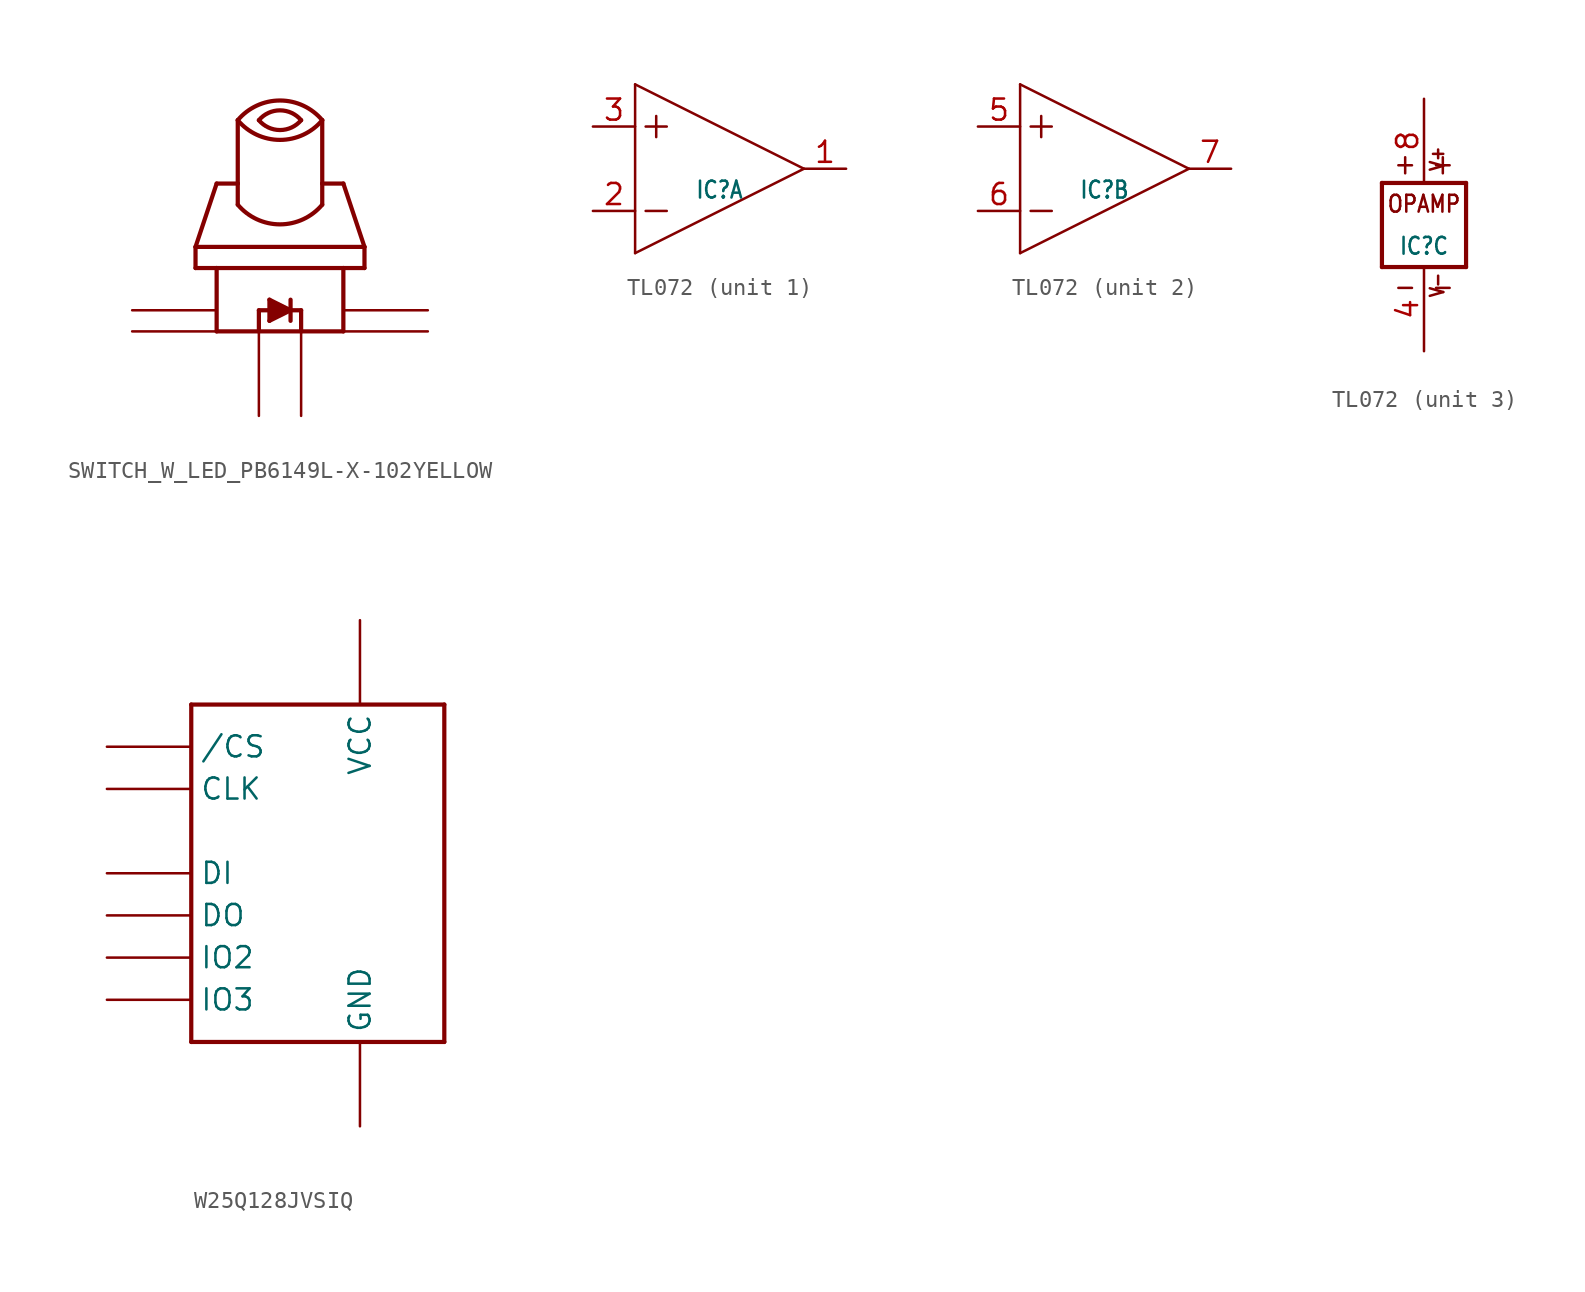
<source format=kicad_sym>
(kicad_symbol_lib
  (version 20211014)
  (generator kicad_symbol_editor)
  (symbol "SWITCH_W_LED_PB6149L-X-102YELLOW"
    (property "Reference" "S"
      (at 0 0 0)
      (effects (font (size 1.27 1.27)) hide))
    (property "ki_locked" ""
      (at 0 0 0)
      (effects (font (size 1.27 1.27))))
    (symbol "SWITCH_W_LED_PB6149L-X-102YELLOW_1_0"
      (arc (start -2.54 -2.54) (mid 0 -3.7244) (end 2.54 -2.54) (stroke (width 0.254) (type default) (color 0 0 0 0)) (fill (type none)))
      (arc (start -2.54 2.54) (mid 0 1.3556) (end 2.54 2.54) (stroke (width 0.254) (type default) (color 0 0 0 0)) (fill (type none)))
      (arc (start -1.27 2.54) (mid 0 1.9478) (end 1.27 2.54) (stroke (width 0.254) (type default) (color 0 0 0 0)) (fill (type none)))
      (polyline (pts (xy -5.08 -6.35) (xy -3.81 -6.35)) (stroke (width 0.254) (type default) (color 0 0 0 0)) (fill (type none)))
      (polyline (pts (xy -5.08 -5.08) (xy -5.08 -6.35)) (stroke (width 0.254) (type default) (color 0 0 0 0)) (fill (type none)))
      (polyline (pts (xy -5.08 -5.08) (xy 5.08 -5.08)) (stroke (width 0.254) (type default) (color 0 0 0 0)) (fill (type none)))
      (polyline (pts (xy -3.81 -10.16) (xy -1.27 -10.16)) (stroke (width 0.254) (type default) (color 0 0 0 0)) (fill (type none)))
      (polyline (pts (xy -3.81 -6.35) (xy -3.81 -10.16)) (stroke (width 0.254) (type default) (color 0 0 0 0)) (fill (type none)))
      (polyline (pts (xy -3.81 -6.35) (xy 3.81 -6.35)) (stroke (width 0.254) (type default) (color 0 0 0 0)) (fill (type none)))
      (polyline (pts (xy -3.81 -1.27) (xy -5.08 -5.08)) (stroke (width 0.254) (type default) (color 0 0 0 0)) (fill (type none)))
      (polyline (pts (xy -2.54 -1.27) (xy -3.81 -1.27)) (stroke (width 0.254) (type default) (color 0 0 0 0)) (fill (type none)))
      (polyline (pts (xy -2.54 -1.27) (xy -2.54 -2.54)) (stroke (width 0.254) (type default) (color 0 0 0 0)) (fill (type none)))
      (polyline (pts (xy -2.54 2.54) (xy -2.54 -1.27)) (stroke (width 0.254) (type default) (color 0 0 0 0)) (fill (type none)))
      (polyline (pts (xy -1.27 -10.16) (xy -1.27 -8.89)) (stroke (width 0.254) (type default) (color 0 0 0 0)) (fill (type none)))
      (polyline (pts (xy -1.27 -10.16) (xy 1.27 -10.16)) (stroke (width 0.254) (type default) (color 0 0 0 0)) (fill (type none)))
      (polyline (pts (xy -1.27 -8.89) (xy 0.635 -8.89)) (stroke (width 0.254) (type default) (color 0 0 0 0)) (fill (type none)))
      (polyline (pts (xy -0.635 -9.525) (xy 0.635 -8.89)) (stroke (width 0.254) (type default) (color 0 0 0 0)) (fill (type none)))
      (polyline (pts (xy -0.635 -8.255) (xy -0.635 -9.525)) (stroke (width 0.254) (type default) (color 0 0 0 0)) (fill (type none)))
      (polyline (pts (xy 0.635 -8.89) (xy -0.635 -8.255)) (stroke (width 0.254) (type default) (color 0 0 0 0)) (fill (type none)))
      (polyline (pts (xy 0.635 -8.89) (xy 0.635 -9.525)) (stroke (width 0.254) (type default) (color 0 0 0 0)) (fill (type none)))
      (polyline (pts (xy 0.635 -8.89) (xy 1.27 -8.89)) (stroke (width 0.254) (type default) (color 0 0 0 0)) (fill (type none)))
      (polyline (pts (xy 0.635 -8.255) (xy 0.635 -8.89)) (stroke (width 0.254) (type default) (color 0 0 0 0)) (fill (type none)))
      (polyline (pts (xy 1.27 -10.16) (xy 3.81 -10.16)) (stroke (width 0.254) (type default) (color 0 0 0 0)) (fill (type none)))
      (polyline (pts (xy 1.27 -8.89) (xy 1.27 -10.16)) (stroke (width 0.254) (type default) (color 0 0 0 0)) (fill (type none)))
      (polyline (pts (xy 2.54 -1.27) (xy 2.54 -2.54)) (stroke (width 0.254) (type default) (color 0 0 0 0)) (fill (type none)))
      (polyline (pts (xy 2.54 2.54) (xy 2.54 -1.27)) (stroke (width 0.254) (type default) (color 0 0 0 0)) (fill (type none)))
      (polyline (pts (xy 3.81 -10.16) (xy 3.81 -6.35)) (stroke (width 0.254) (type default) (color 0 0 0 0)) (fill (type none)))
      (polyline (pts (xy 3.81 -6.35) (xy 5.08 -6.35)) (stroke (width 0.254) (type default) (color 0 0 0 0)) (fill (type none)))
      (polyline (pts (xy 3.81 -1.27) (xy 2.54 -1.27)) (stroke (width 0.254) (type default) (color 0 0 0 0)) (fill (type none)))
      (polyline (pts (xy 5.08 -6.35) (xy 5.08 -5.08)) (stroke (width 0.254) (type default) (color 0 0 0 0)) (fill (type none)))
      (polyline (pts (xy 5.08 -5.08) (xy 3.81 -1.27)) (stroke (width 0.254) (type default) (color 0 0 0 0)) (fill (type none)))
      (polyline (pts (xy -0.635 -8.255) (xy 0.635 -8.89) (xy -0.635 -9.525)) (stroke (width 0) (type default) (color 0 0 0 0)) (fill (type outline)))
      (arc (start 1.27 2.54) (mid 0 3.1322) (end -1.27 2.54) (stroke (width 0.254) (type default) (color 0 0 0 0)) (fill (type none)))
      (arc (start 2.54 2.54) (mid 0 3.7244) (end -2.54 2.54) (stroke (width 0.254) (type default) (color 0 0 0 0)) (fill (type none)))
      (pin bidirectional line (at -8.89 -8.89 0) (length 5.08) (name "1" (effects (font (size 0 0)))) (number "1" (effects (font (size 0 0)))))
      (pin bidirectional line (at -8.89 -10.16 0) (length 5.08) (name "2" (effects (font (size 0 0)))) (number "2" (effects (font (size 0 0)))))
      (pin bidirectional line (at 8.89 -8.89 180) (length 5.08) (name "3" (effects (font (size 0 0)))) (number "3" (effects (font (size 0 0)))))
      (pin bidirectional line (at 8.89 -10.16 180) (length 5.08) (name "4" (effects (font (size 0 0)))) (number "4" (effects (font (size 0 0)))))
      (pin bidirectional line (at 1.27 -15.24 90) (length 5.08) (name "NEG" (effects (font (size 0 0)))) (number "LEDNEG" (effects (font (size 0 0)))))
      (pin bidirectional line (at -1.27 -15.24 90) (length 5.08) (name "POS" (effects (font (size 0 0)))) (number "LEDPOS" (effects (font (size 0 0)))))))
  (symbol "TL072"
    (property "Reference" "IC"
      (at 0 -1.27 0)
      (effects (font (size 1.016 0.864))))
    (property "ki_locked" ""
      (at 0 0 0)
      (effects (font (size 1.27 1.27))))
    (symbol "TL072_1_0"
      (polyline (pts (xy -5.08 -5.08) (xy 5.08 0)) (stroke (width 0.152) (type default) (color 0 0 0 0)) (fill (type none)))
      (polyline (pts (xy -5.08 5.08) (xy -5.08 -5.08)) (stroke (width 0.152) (type default) (color 0 0 0 0)) (fill (type none)))
      (polyline (pts (xy -4.445 -2.54) (xy -3.175 -2.54)) (stroke (width 0.152) (type default) (color 0 0 0 0)) (fill (type none)))
      (polyline (pts (xy -4.445 2.54) (xy -3.175 2.54)) (stroke (width 0.152) (type default) (color 0 0 0 0)) (fill (type none)))
      (polyline (pts (xy -3.81 3.175) (xy -3.81 1.905)) (stroke (width 0.152) (type default) (color 0 0 0 0)) (fill (type none)))
      (polyline (pts (xy 5.08 0) (xy -5.08 5.08)) (stroke (width 0.152) (type default) (color 0 0 0 0)) (fill (type none)))
      (pin output line (at 7.62 0 180) (length 2.54) (name "OUT" (effects (font (size 0 0)))) (number "1" (effects (font (size 1.27 1.27)))))
      (pin input line (at -7.62 -2.54 0) (length 2.54) (name "-IN" (effects (font (size 0 0)))) (number "2" (effects (font (size 1.27 1.27)))))
      (pin input line (at -7.62 2.54 0) (length 2.54) (name "+IN" (effects (font (size 0 0)))) (number "3" (effects (font (size 1.27 1.27))))))
    (symbol "TL072_2_0"
      (polyline (pts (xy -5.08 -5.08) (xy 5.08 0)) (stroke (width 0.152) (type default) (color 0 0 0 0)) (fill (type none)))
      (polyline (pts (xy -5.08 5.08) (xy -5.08 -5.08)) (stroke (width 0.152) (type default) (color 0 0 0 0)) (fill (type none)))
      (polyline (pts (xy -4.445 -2.54) (xy -3.175 -2.54)) (stroke (width 0.152) (type default) (color 0 0 0 0)) (fill (type none)))
      (polyline (pts (xy -4.445 2.54) (xy -3.175 2.54)) (stroke (width 0.152) (type default) (color 0 0 0 0)) (fill (type none)))
      (polyline (pts (xy -3.81 3.175) (xy -3.81 1.905)) (stroke (width 0.152) (type default) (color 0 0 0 0)) (fill (type none)))
      (polyline (pts (xy 5.08 0) (xy -5.08 5.08)) (stroke (width 0.152) (type default) (color 0 0 0 0)) (fill (type none)))
      (pin input line (at -7.62 2.54 0) (length 2.54) (name "+IN" (effects (font (size 0 0)))) (number "5" (effects (font (size 1.27 1.27)))))
      (pin input line (at -7.62 -2.54 0) (length 2.54) (name "-IN" (effects (font (size 0 0)))) (number "6" (effects (font (size 1.27 1.27)))))
      (pin output line (at 7.62 0 180) (length 2.54) (name "OUT" (effects (font (size 0 0)))) (number "7" (effects (font (size 1.27 1.27))))))
    (symbol "TL072_3_0"
      (polyline (pts (xy -2.54 -2.54) (xy -2.54 2.54)) (stroke (width 0.254) (type default) (color 0 0 0 0)) (fill (type none)))
      (polyline (pts (xy -2.54 2.54) (xy 2.54 2.54)) (stroke (width 0.254) (type default) (color 0 0 0 0)) (fill (type none)))
      (polyline (pts (xy 2.54 -2.54) (xy -2.54 -2.54)) (stroke (width 0.254) (type default) (color 0 0 0 0)) (fill (type none)))
      (polyline (pts (xy 2.54 2.54) (xy 2.54 -2.54)) (stroke (width 0.254) (type default) (color 0 0 0 0)) (fill (type none)))
      (text "+" (at -1.905 4.445 0) (effects (font (size 1.27 1.079)) (justify left top)))
      (text "+" (at 1.905 4.445 0) (effects (font (size 1.27 1.079)) (justify right top)))
      (text "-" (at -1.905 -4.445 0) (effects (font (size 1.27 1.079)) (justify left bottom)))
      (text "-" (at 1.905 -4.445 0) (effects (font (size 1.27 1.079)) (justify right bottom)))
      (text "OPAMP" (at 0 1.27 0) (effects (font (size 1.016 0.864))))
      (text "V+" (at 1.27 3.175 900) (effects (font (size 0.813 0.691)) (justify left bottom)))
      (text "V-" (at 1.27 -4.445 900) (effects (font (size 0.813 0.691)) (justify left bottom)))
      (pin power_in line (at 0 -7.62 90) (length 5.08) (name "V-" (effects (font (size 0 0)))) (number "4" (effects (font (size 1.27 1.27)))))
      (pin power_in line (at 0 7.62 270) (length 5.08) (name "V+" (effects (font (size 0 0)))) (number "8" (effects (font (size 1.27 1.27)))))))
  (symbol "W25Q128JVSIQ"
    (property "Reference" ""
      (at 0 0 0)
      (effects (font (size 1.27 1.27)) hide))
    (property "ki_locked" ""
      (at 0 0 0)
      (effects (font (size 1.27 1.27))))
    (symbol "W25Q128JVSIQ_1_0"
      (polyline (pts (xy -10.16 -10.16) (xy 5.08 -10.16)) (stroke (width 0.254) (type default) (color 0 0 0 0)) (fill (type none)))
      (polyline (pts (xy -10.16 10.16) (xy -10.16 -10.16)) (stroke (width 0.254) (type default) (color 0 0 0 0)) (fill (type none)))
      (polyline (pts (xy 5.08 -10.16) (xy 5.08 10.16)) (stroke (width 0.254) (type default) (color 0 0 0 0)) (fill (type none)))
      (polyline (pts (xy 5.08 10.16) (xy -10.16 10.16)) (stroke (width 0.254) (type default) (color 0 0 0 0)) (fill (type none)))
      (pin bidirectional line (at -15.24 7.62 0) (length 5.08) (name "/CS" (effects (font (size 1.27 1.27)))) (number "1" (effects (font (size 0 0)))))
      (pin bidirectional line (at -15.24 -2.54 0) (length 5.08) (name "DO" (effects (font (size 1.27 1.27)))) (number "2" (effects (font (size 0 0)))))
      (pin bidirectional line (at -15.24 -5.08 0) (length 5.08) (name "IO2" (effects (font (size 1.27 1.27)))) (number "3" (effects (font (size 0 0)))))
      (pin bidirectional line (at 0 -15.24 90) (length 5.08) (name "GND" (effects (font (size 1.27 1.27)))) (number "4" (effects (font (size 0 0)))))
      (pin bidirectional line (at -15.24 0 0) (length 5.08) (name "DI" (effects (font (size 1.27 1.27)))) (number "5" (effects (font (size 0 0)))))
      (pin bidirectional line (at -15.24 5.08 0) (length 5.08) (name "CLK" (effects (font (size 1.27 1.27)))) (number "6" (effects (font (size 0 0)))))
      (pin bidirectional line (at -15.24 -7.62 0) (length 5.08) (name "IO3" (effects (font (size 1.27 1.27)))) (number "7" (effects (font (size 0 0)))))
      (pin bidirectional line (at 0 15.24 270) (length 5.08) (name "VCC" (effects (font (size 1.27 1.27)))) (number "8" (effects (font (size 0 0))))))))
</source>
